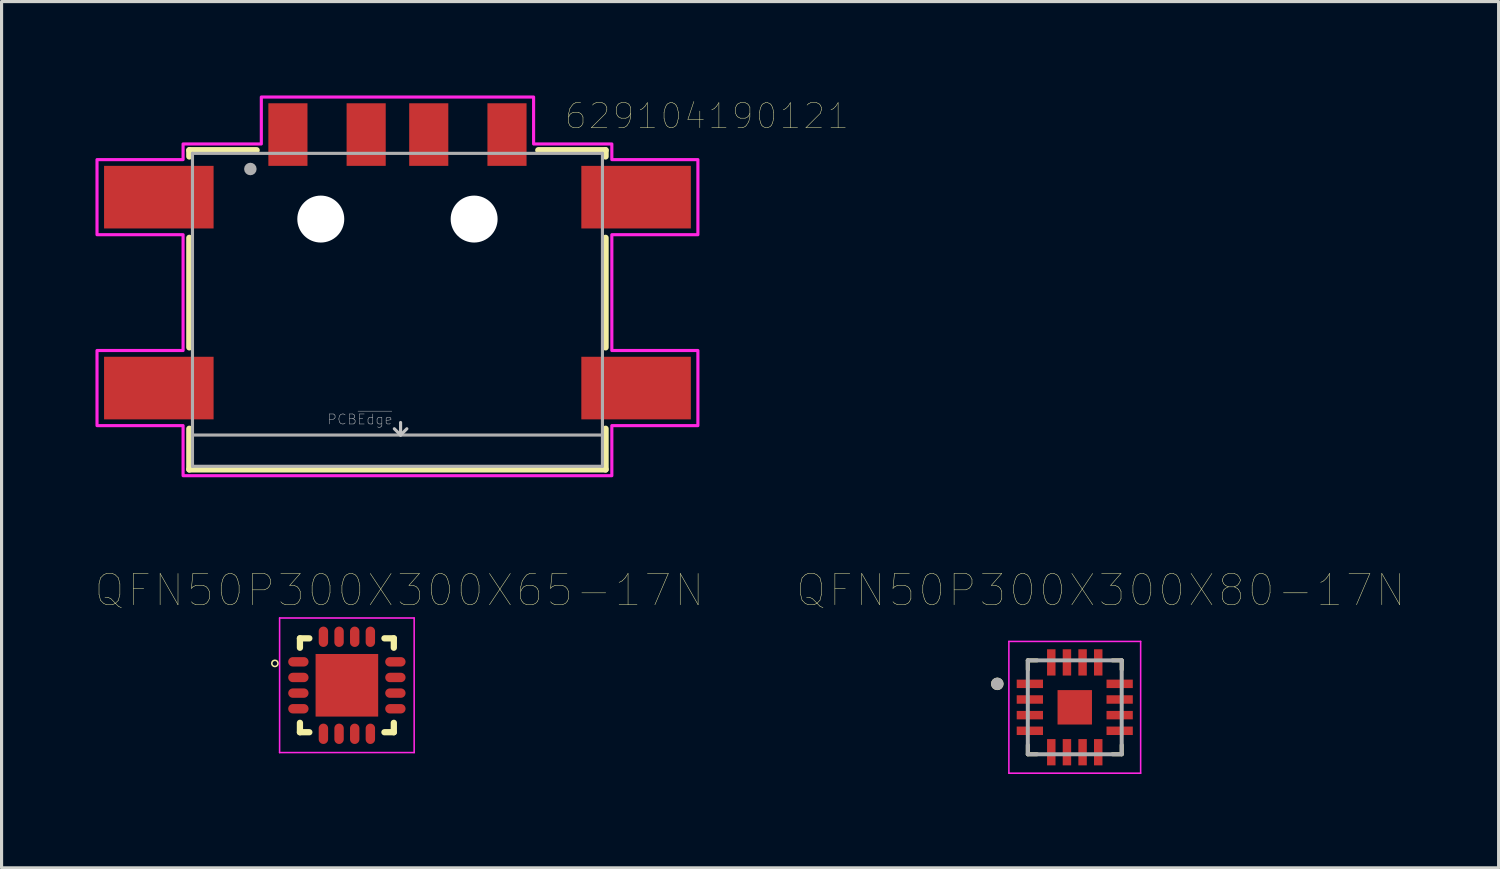
<source format=kicad_pcb>
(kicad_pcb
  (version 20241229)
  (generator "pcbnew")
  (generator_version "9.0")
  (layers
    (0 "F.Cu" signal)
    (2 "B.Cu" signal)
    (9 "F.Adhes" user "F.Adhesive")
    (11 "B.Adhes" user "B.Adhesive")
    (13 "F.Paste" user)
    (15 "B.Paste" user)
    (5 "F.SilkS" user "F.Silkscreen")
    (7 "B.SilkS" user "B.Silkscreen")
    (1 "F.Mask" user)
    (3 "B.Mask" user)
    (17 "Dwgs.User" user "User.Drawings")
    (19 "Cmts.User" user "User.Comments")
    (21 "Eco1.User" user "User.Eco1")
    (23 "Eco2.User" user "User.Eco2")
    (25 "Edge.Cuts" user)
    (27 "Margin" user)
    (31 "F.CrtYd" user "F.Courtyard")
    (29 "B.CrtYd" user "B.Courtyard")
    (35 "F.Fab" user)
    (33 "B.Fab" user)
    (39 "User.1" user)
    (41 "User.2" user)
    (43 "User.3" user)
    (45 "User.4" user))
  (footprint "QFN50P300X300X65-17N"
    (layer "F.Cu")
    (at 8.034 18.847)
    (property "Reference" "QFN50P300X300X65-17N" (at 1.675 -3.035 0) (layer "F.SilkS") (effects (font (size 1 1) (thickness 0.015))))
    (attr through_hole)
    (fp_line (start -1.5 -1.5) (end -1.2 -1.5) (stroke (width 0.2) (type solid)) (layer "F.SilkS"))
    (fp_line (start -1.5 -1.2) (end -1.5 -1.5) (stroke (width 0.2) (type solid)) (layer "F.SilkS"))
    (fp_line (start -1.5 1.5) (end -1.5 1.2) (stroke (width 0.2) (type solid)) (layer "F.SilkS"))
    (fp_line (start -1.2 1.5) (end -1.5 1.5) (stroke (width 0.2) (type solid)) (layer "F.SilkS"))
    (fp_line (start 1.2 -1.5) (end 1.5 -1.5) (stroke (width 0.2) (type solid)) (layer "F.SilkS"))
    (fp_line (start 1.5 -1.5) (end 1.5 -1.2) (stroke (width 0.2) (type solid)) (layer "F.SilkS"))
    (fp_line (start 1.5 1.2) (end 1.5 1.5) (stroke (width 0.2) (type solid)) (layer "F.SilkS"))
    (fp_line (start 1.5 1.5) (end 1.2 1.5) (stroke (width 0.2) (type solid)) (layer "F.SilkS"))
    (fp_circle (center -2.3 -0.7) (end -2.2 -0.7) (stroke (width 0.05) (type solid)) (fill no) (layer "F.SilkS"))
    (fp_line (start -2.15 -2.15) (end 2.15 -2.15) (stroke (width 0.05) (type solid)) (layer "F.CrtYd"))
    (fp_line (start -2.15 2.15) (end -2.15 -2.15) (stroke (width 0.05) (type solid)) (layer "F.CrtYd"))
    (fp_line (start 2.15 -2.15) (end 2.15 2.15) (stroke (width 0.05) (type solid)) (layer "F.CrtYd"))
    (fp_line (start 2.15 2.15) (end -2.15 2.15) (stroke (width 0.05) (type solid)) (layer "F.CrtYd"))
    (pad "1" smd oval (at -1.55 -0.75) (size 0.65 0.3) (layers "F.Cu" "F.Mask" "F.Paste"))
    (pad "2" smd oval (at -1.55 -0.25) (size 0.65 0.3) (layers "F.Cu" "F.Mask" "F.Paste"))
    (pad "3" smd oval (at -1.55 0.25) (size 0.65 0.3) (layers "F.Cu" "F.Mask" "F.Paste"))
    (pad "4" smd oval (at -1.55 0.75) (size 0.65 0.3) (layers "F.Cu" "F.Mask" "F.Paste"))
    (pad "5" smd oval (at -0.75 1.55) (size 0.3 0.65) (layers "F.Cu" "F.Mask" "F.Paste"))
    (pad "6" smd oval (at -0.25 1.55) (size 0.3 0.65) (layers "F.Cu" "F.Mask" "F.Paste"))
    (pad "7" smd oval (at 0.25 1.55) (size 0.3 0.65) (layers "F.Cu" "F.Mask" "F.Paste"))
    (pad "8" smd oval (at 0.75 1.55) (size 0.3 0.65) (layers "F.Cu" "F.Mask" "F.Paste"))
    (pad "9" smd oval (at 1.55 0.75) (size 0.65 0.3) (layers "F.Cu" "F.Mask" "F.Paste"))
    (pad "10" smd oval (at 1.55 0.25) (size 0.65 0.3) (layers "F.Cu" "F.Mask" "F.Paste"))
    (pad "11" smd oval (at 1.55 -0.25) (size 0.65 0.3) (layers "F.Cu" "F.Mask" "F.Paste"))
    (pad "12" smd oval (at 1.55 -0.75) (size 0.65 0.3) (layers "F.Cu" "F.Mask" "F.Paste"))
    (pad "13" smd oval (at 0.75 -1.55) (size 0.3 0.65) (layers "F.Cu" "F.Mask" "F.Paste"))
    (pad "14" smd oval (at 0.25 -1.55) (size 0.3 0.65) (layers "F.Cu" "F.Mask" "F.Paste"))
    (pad "15" smd oval (at -0.25 -1.55) (size 0.3 0.65) (layers "F.Cu" "F.Mask" "F.Paste"))
    (pad "16" smd oval (at -0.75 -1.55) (size 0.3 0.65) (layers "F.Cu" "F.Mask" "F.Paste"))
    (pad "17" smd rect (at 0 0) (size 2 2) (layers "F.Cu" "F.Mask" "F.Paste")))
  (footprint "QFN50P300X300X80-17N"
    (layer "F.Cu")
    (at 31.292 19.551)
    (property "Reference" "QFN50P300X300X80-17N" (at 0.835 -3.74 0) (layer "F.SilkS") (effects (font (size 1 1) (thickness 0.015))))
    (attr through_hole)
    (fp_line (start -1.5 -1.5) (end -1.5 -1.205) (stroke (width 0.127) (type solid)) (layer "F.SilkS"))
    (fp_line (start -1.5 -1.5) (end -1.205 -1.5) (stroke (width 0.127) (type solid)) (layer "F.SilkS"))
    (fp_line (start -1.5 1.5) (end -1.5 1.205) (stroke (width 0.127) (type solid)) (layer "F.SilkS"))
    (fp_line (start -1.5 1.5) (end -1.205 1.5) (stroke (width 0.127) (type solid)) (layer "F.SilkS"))
    (fp_line (start 1.5 -1.5) (end 1.205 -1.5) (stroke (width 0.127) (type solid)) (layer "F.SilkS"))
    (fp_line (start 1.5 -1.5) (end 1.5 -1.205) (stroke (width 0.127) (type solid)) (layer "F.SilkS"))
    (fp_line (start 1.5 1.5) (end 1.205 1.5) (stroke (width 0.127) (type solid)) (layer "F.SilkS"))
    (fp_line (start 1.5 1.5) (end 1.5 1.205) (stroke (width 0.127) (type solid)) (layer "F.SilkS"))
    (fp_circle (center -2.475 -0.75) (end -2.375 -0.75) (stroke (width 0.2) (type solid)) (fill no) (layer "F.SilkS"))
    (fp_poly (pts (xy -0.35 -0.35) (xy 0.35 -0.35) (xy 0.35 0.35) (xy -0.35 0.35)) (stroke (width 0.01) (type solid)) (fill yes) (layer "F.Paste"))
    (fp_line (start -2.105 -2.105) (end 2.105 -2.105) (stroke (width 0.05) (type solid)) (layer "F.CrtYd"))
    (fp_line (start -2.105 2.105) (end -2.105 -2.105) (stroke (width 0.05) (type solid)) (layer "F.CrtYd"))
    (fp_line (start -2.105 2.105) (end 2.105 2.105) (stroke (width 0.05) (type solid)) (layer "F.CrtYd"))
    (fp_line (start 2.105 2.105) (end 2.105 -2.105) (stroke (width 0.05) (type solid)) (layer "F.CrtYd"))
    (fp_line (start -1.5 1.5) (end -1.5 -1.5) (stroke (width 0.127) (type solid)) (layer "F.Fab"))
    (fp_line (start 1.5 -1.5) (end -1.5 -1.5) (stroke (width 0.127) (type solid)) (layer "F.Fab"))
    (fp_line (start 1.5 1.5) (end -1.5 1.5) (stroke (width 0.127) (type solid)) (layer "F.Fab"))
    (fp_line (start 1.5 1.5) (end 1.5 -1.5) (stroke (width 0.127) (type solid)) (layer "F.Fab"))
    (fp_circle (center -2.475 -0.75) (end -2.375 -0.75) (stroke (width 0.2) (type solid)) (fill no) (layer "F.Fab"))
    (pad "1" smd rect (at -1.435 -0.75) (size 0.84 0.27) (layers "F.Cu" "F.Mask" "F.Paste"))
    (pad "2" smd rect (at -1.435 -0.25) (size 0.84 0.27) (layers "F.Cu" "F.Mask" "F.Paste"))
    (pad "3" smd rect (at -1.435 0.25) (size 0.84 0.27) (layers "F.Cu" "F.Mask" "F.Paste"))
    (pad "4" smd rect (at -1.435 0.75) (size 0.84 0.27) (layers "F.Cu" "F.Mask" "F.Paste"))
    (pad "5" smd rect (at -0.75 1.435) (size 0.27 0.84) (layers "F.Cu" "F.Mask" "F.Paste"))
    (pad "6" smd rect (at -0.25 1.435) (size 0.27 0.84) (layers "F.Cu" "F.Mask" "F.Paste"))
    (pad "7" smd rect (at 0.25 1.435) (size 0.27 0.84) (layers "F.Cu" "F.Mask" "F.Paste"))
    (pad "8" smd rect (at 0.75 1.435) (size 0.27 0.84) (layers "F.Cu" "F.Mask" "F.Paste"))
    (pad "9" smd rect (at 1.435 0.75) (size 0.84 0.27) (layers "F.Cu" "F.Mask" "F.Paste"))
    (pad "10" smd rect (at 1.435 0.25) (size 0.84 0.27) (layers "F.Cu" "F.Mask" "F.Paste"))
    (pad "11" smd rect (at 1.435 -0.25) (size 0.84 0.27) (layers "F.Cu" "F.Mask" "F.Paste"))
    (pad "12" smd rect (at 1.435 -0.75) (size 0.84 0.27) (layers "F.Cu" "F.Mask" "F.Paste"))
    (pad "13" smd rect (at 0.75 -1.435) (size 0.27 0.84) (layers "F.Cu" "F.Mask" "F.Paste"))
    (pad "14" smd rect (at 0.25 -1.435) (size 0.27 0.84) (layers "F.Cu" "F.Mask" "F.Paste"))
    (pad "15" smd rect (at -0.25 -1.435) (size 0.27 0.84) (layers "F.Cu" "F.Mask" "F.Paste"))
    (pad "16" smd rect (at -0.75 -1.435) (size 0.27 0.84) (layers "F.Cu" "F.Mask" "F.Paste"))
    (pad "17" smd rect (at 0 0) (size 1.1 1.1) (layers "F.Cu" "F.Mask")))
  (footprint "629104190121"
    (layer "F.Cu")
    (at 9.65 6.85)
    (property "Reference" "629104190121" (at 9.89 -6.188 0) (layer "F.SilkS") (effects (font (size 0.8 0.8) (thickness 0.015))))
    (attr through_hole)
    (fp_line (start -6.65 -5.1) (end -6.65 -4.9) (stroke (width 0.2) (type solid)) (layer "F.SilkS"))
    (fp_line (start -6.65 -2.3) (end -6.65 1.2) (stroke (width 0.2) (type solid)) (layer "F.SilkS"))
    (fp_line (start -6.65 3.8) (end -6.65 5.1) (stroke (width 0.2) (type solid)) (layer "F.SilkS"))
    (fp_line (start -6.65 5.1) (end 6.65 5.1) (stroke (width 0.2) (type solid)) (layer "F.SilkS"))
    (fp_line (start -4.5 -5.1) (end -6.65 -5.1) (stroke (width 0.2) (type solid)) (layer "F.SilkS"))
    (fp_line (start 4.5 -5.1) (end 6.65 -5.1) (stroke (width 0.2) (type solid)) (layer "F.SilkS"))
    (fp_line (start 6.65 -5.1) (end 6.65 -4.9) (stroke (width 0.2) (type solid)) (layer "F.SilkS"))
    (fp_line (start 6.65 1.2) (end 6.65 -2.3) (stroke (width 0.2) (type solid)) (layer "F.SilkS"))
    (fp_line (start 6.65 5.1) (end 6.65 3.8) (stroke (width 0.2) (type solid)) (layer "F.SilkS"))
    (fp_line (start 0.1 3.6) (end 0.1 4) (stroke (width 0.1) (type solid)) (layer "Dwgs.User"))
    (fp_line (start 0.1 4) (end -0.1 3.8) (stroke (width 0.1) (type solid)) (layer "Dwgs.User"))
    (fp_line (start 0.1 4) (end 0.3 3.8) (stroke (width 0.1) (type solid)) (layer "Dwgs.User"))
    (fp_poly (pts (xy -4.35 -6.8) (xy 4.35 -6.8) (xy 4.35 -5.3) (xy 6.85 -5.3) (xy 6.85 -4.8) (xy 9.6 -4.8) (xy 9.6 -2.4) (xy 6.85 -2.4) (xy 6.85 1.3) (xy 9.6 1.3) (xy 9.6 3.7) (xy 6.85 3.7) (xy 6.85 5.3) (xy -6.85 5.3) (xy -6.85 3.7) (xy -9.6 3.7) (xy -9.6 1.3) (xy -6.85 1.3) (xy -6.85 -2.4) (xy -9.6 -2.4) (xy -9.6 -4.8) (xy -6.85 -4.8) (xy -6.85 -5.3) (xy -4.35 -5.3)) (stroke (width 0.1) (type solid)) (fill no) (layer "F.CrtYd"))
    (fp_line (start -6.55 -5) (end 6.55 -5) (stroke (width 0.1) (type solid)) (layer "F.Fab"))
    (fp_line (start -6.55 4) (end -6.55 -5) (stroke (width 0.1) (type solid)) (layer "F.Fab"))
    (fp_line (start -6.55 4) (end 6.55 4) (stroke (width 0.1) (type solid)) (layer "F.Fab"))
    (fp_line (start -6.55 5) (end -6.55 4) (stroke (width 0.1) (type solid)) (layer "F.Fab"))
    (fp_line (start 6.55 -5) (end 6.55 4) (stroke (width 0.1) (type solid)) (layer "F.Fab"))
    (fp_line (start 6.55 4) (end 6.55 5) (stroke (width 0.1) (type solid)) (layer "F.Fab"))
    (fp_line (start 6.55 5) (end -6.55 5) (stroke (width 0.1) (type solid)) (layer "F.Fab"))
    (fp_circle (center -4.7 -4.5) (end -4.6 -4.5) (stroke (width 0.2) (type solid)) (fill no) (layer "F.Fab"))
    (fp_text user "PCB~{Edge}" (at -1.2 3.5 0) (layer "Dwgs.User") (effects (font (size 0.32 0.32) (thickness 0.015))))
    (pad "" np_thru_hole circle (at -2.45 -2.9) (size 1.5 1.5) (drill 1.5) (layers "*.Cu" "*.Mask"))
    (pad "" np_thru_hole circle (at 2.45 -2.9) (size 1.5 1.5) (drill 1.5) (layers "*.Cu" "*.Mask"))
    (pad "1" smd rect (at -3.5 -5.6) (size 1.25 2) (layers "F.Cu" "F.Mask" "F.Paste"))
    (pad "2" smd rect (at -1 -5.6) (size 1.25 2) (layers "F.Cu" "F.Mask" "F.Paste"))
    (pad "3" smd rect (at 1 -5.6) (size 1.25 2) (layers "F.Cu" "F.Mask" "F.Paste"))
    (pad "4" smd rect (at 3.5 -5.6) (size 1.25 2) (layers "F.Cu" "F.Mask" "F.Paste"))
    (pad "S1" smd rect (at -7.625 -3.6) (size 3.5 2) (layers "F.Cu" "F.Mask" "F.Paste"))
    (pad "S2" smd rect (at 7.625 -3.6) (size 3.5 2) (layers "F.Cu" "F.Mask" "F.Paste"))
    (pad "S3" smd rect (at -7.625 2.5) (size 3.5 2) (layers "F.Cu" "F.Mask" "F.Paste"))
    (pad "S4" smd rect (at 7.625 2.5) (size 3.5 2) (layers "F.Cu" "F.Mask" "F.Paste")))
  (gr_rect
    (start -3 -3)
    (end 44.835 24.681)
    (stroke (width 0.1) (type default))
    (fill no)
    (layer "Edge.Cuts")))
</source>
